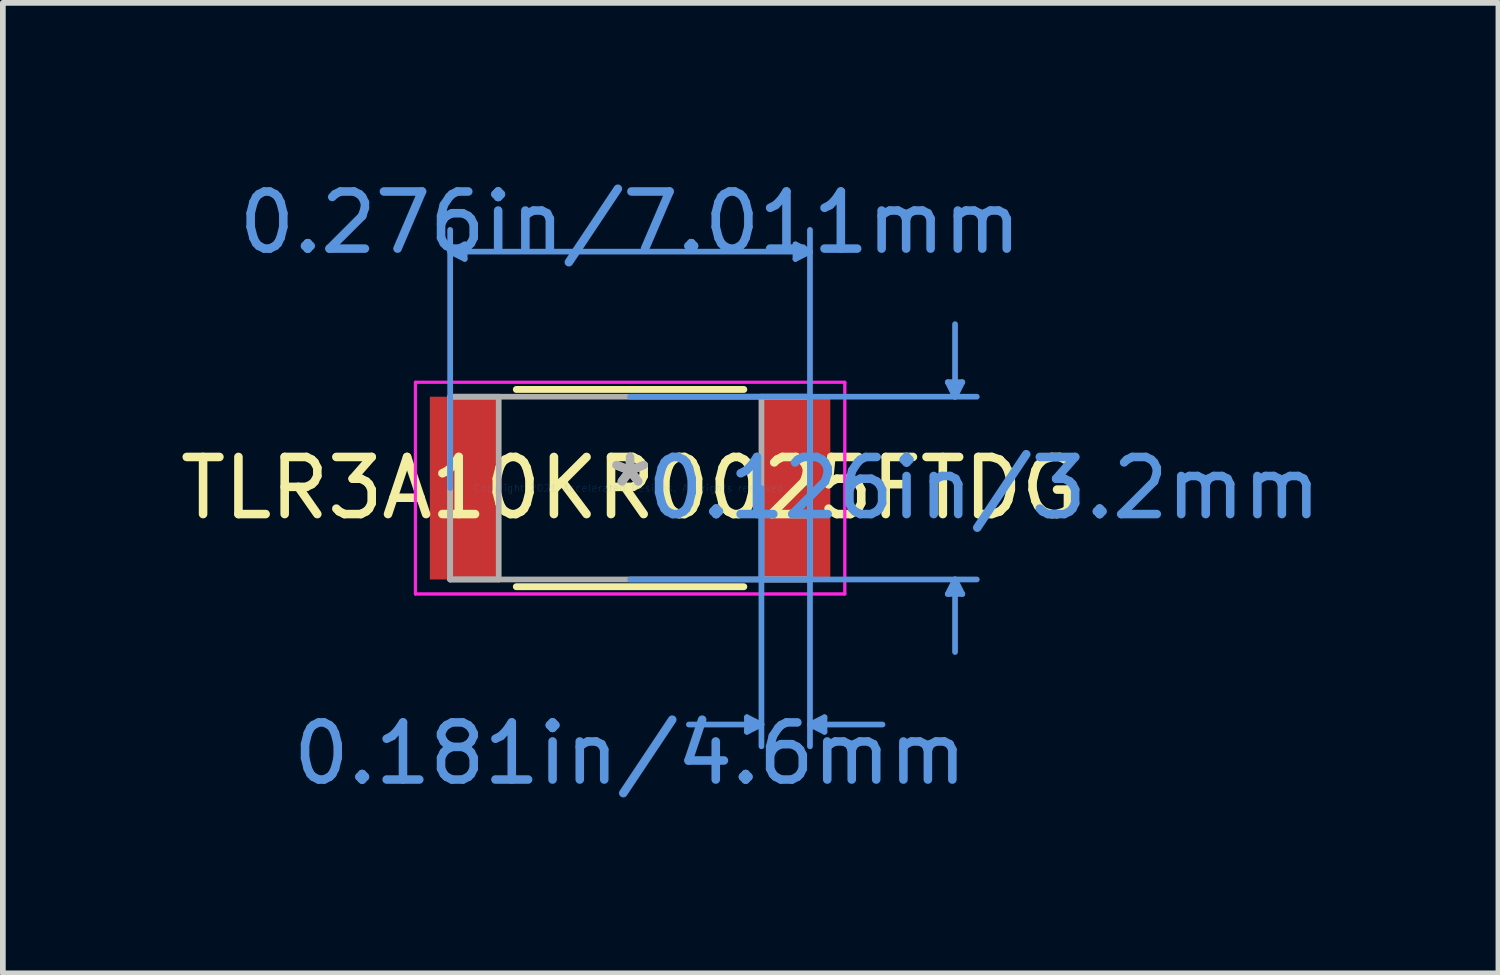
<source format=kicad_pcb>
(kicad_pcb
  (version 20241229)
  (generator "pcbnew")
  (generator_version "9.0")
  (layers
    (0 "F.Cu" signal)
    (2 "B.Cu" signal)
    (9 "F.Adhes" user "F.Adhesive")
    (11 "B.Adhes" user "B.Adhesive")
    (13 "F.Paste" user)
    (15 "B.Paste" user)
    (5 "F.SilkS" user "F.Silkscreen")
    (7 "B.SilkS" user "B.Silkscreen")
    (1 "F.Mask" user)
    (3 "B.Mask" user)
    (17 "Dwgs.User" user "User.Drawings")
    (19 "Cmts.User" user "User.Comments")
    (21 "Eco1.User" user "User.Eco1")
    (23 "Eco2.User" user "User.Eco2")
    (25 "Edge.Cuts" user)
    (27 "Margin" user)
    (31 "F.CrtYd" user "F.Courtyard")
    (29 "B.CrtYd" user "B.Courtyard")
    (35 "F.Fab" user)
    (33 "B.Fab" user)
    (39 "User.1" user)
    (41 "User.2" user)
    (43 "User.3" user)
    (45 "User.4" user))
  (footprint "TLR3A10KR0025FTDG"
    (layer "F.Cu")
    (at 7.982 5.496)
    (property "Reference" "TLR3A10KR0025FTDG" (at 0 0 0) (layer "F.SilkS") (effects (font (size 1 1) (thickness 0.15))))
    (attr through_hole)
    (fp_line (start -1.992 1.727) (end 1.992 1.727) (stroke (width 0.12) (type solid)) (layer "F.SilkS"))
    (fp_line (start 1.992 -1.727) (end -1.992 -1.727) (stroke (width 0.12) (type solid)) (layer "F.SilkS"))
    (fp_line (start -3.15 -4.14) (end -2.896 -4.267) (stroke (width 0.1) (type solid)) (layer "Cmts.User"))
    (fp_line (start -3.15 -4.14) (end -2.896 -4.013) (stroke (width 0.1) (type solid)) (layer "Cmts.User"))
    (fp_line (start -3.15 -4.14) (end 3.15 -4.14) (stroke (width 0.1) (type solid)) (layer "Cmts.User"))
    (fp_line (start -3.15 0) (end -3.15 -4.521) (stroke (width 0.1) (type solid)) (layer "Cmts.User"))
    (fp_line (start -2.896 -4.267) (end -2.896 -4.013) (stroke (width 0.1) (type solid)) (layer "Cmts.User"))
    (fp_line (start 0 -1.6) (end 6.071 -1.6) (stroke (width 0.1) (type solid)) (layer "Cmts.User"))
    (fp_line (start 0 1.6) (end 6.071 1.6) (stroke (width 0.1) (type solid)) (layer "Cmts.User"))
    (fp_line (start 2.046 4.013) (end 2.046 4.267) (stroke (width 0.1) (type solid)) (layer "Cmts.User"))
    (fp_line (start 2.3 0) (end 2.3 4.521) (stroke (width 0.1) (type solid)) (layer "Cmts.User"))
    (fp_line (start 2.3 4.14) (end 1.03 4.14) (stroke (width 0.1) (type solid)) (layer "Cmts.User"))
    (fp_line (start 2.3 4.14) (end 2.046 4.013) (stroke (width 0.1) (type solid)) (layer "Cmts.User"))
    (fp_line (start 2.3 4.14) (end 2.046 4.267) (stroke (width 0.1) (type solid)) (layer "Cmts.User"))
    (fp_line (start 2.896 -4.267) (end 2.896 -4.013) (stroke (width 0.1) (type solid)) (layer "Cmts.User"))
    (fp_line (start 3.15 -4.14) (end 2.896 -4.267) (stroke (width 0.1) (type solid)) (layer "Cmts.User"))
    (fp_line (start 3.15 -4.14) (end 2.896 -4.013) (stroke (width 0.1) (type solid)) (layer "Cmts.User"))
    (fp_line (start 3.15 0) (end 3.15 -4.521) (stroke (width 0.1) (type solid)) (layer "Cmts.User"))
    (fp_line (start 3.15 0) (end 3.15 4.521) (stroke (width 0.1) (type solid)) (layer "Cmts.User"))
    (fp_line (start 3.15 4.14) (end 3.404 4.013) (stroke (width 0.1) (type solid)) (layer "Cmts.User"))
    (fp_line (start 3.15 4.14) (end 3.404 4.267) (stroke (width 0.1) (type solid)) (layer "Cmts.User"))
    (fp_line (start 3.15 4.14) (end 4.42 4.14) (stroke (width 0.1) (type solid)) (layer "Cmts.User"))
    (fp_line (start 3.404 4.013) (end 3.404 4.267) (stroke (width 0.1) (type solid)) (layer "Cmts.User"))
    (fp_line (start 5.563 -1.854) (end 5.817 -1.854) (stroke (width 0.1) (type solid)) (layer "Cmts.User"))
    (fp_line (start 5.563 1.854) (end 5.817 1.854) (stroke (width 0.1) (type solid)) (layer "Cmts.User"))
    (fp_line (start 5.69 -1.6) (end 5.563 -1.854) (stroke (width 0.1) (type solid)) (layer "Cmts.User"))
    (fp_line (start 5.69 -1.6) (end 5.69 -2.87) (stroke (width 0.1) (type solid)) (layer "Cmts.User"))
    (fp_line (start 5.69 -1.6) (end 5.817 -1.854) (stroke (width 0.1) (type solid)) (layer "Cmts.User"))
    (fp_line (start 5.69 1.6) (end 5.563 1.854) (stroke (width 0.1) (type solid)) (layer "Cmts.User"))
    (fp_line (start 5.69 1.6) (end 5.69 2.87) (stroke (width 0.1) (type solid)) (layer "Cmts.User"))
    (fp_line (start 5.69 1.6) (end 5.817 1.854) (stroke (width 0.1) (type solid)) (layer "Cmts.User"))
    (fp_line (start -3.76 -1.854) (end 3.76 -1.854) (stroke (width 0.05) (type solid)) (layer "F.CrtYd"))
    (fp_line (start -3.76 -1.854) (end 3.76 -1.854) (stroke (width 0.05) (type solid)) (layer "F.CrtYd"))
    (fp_line (start -3.76 1.854) (end -3.76 -1.854) (stroke (width 0.05) (type solid)) (layer "F.CrtYd"))
    (fp_line (start -3.76 1.854) (end -3.76 -1.854) (stroke (width 0.05) (type solid)) (layer "F.CrtYd"))
    (fp_line (start 3.76 -1.854) (end 3.76 1.854) (stroke (width 0.05) (type solid)) (layer "F.CrtYd"))
    (fp_line (start 3.76 -1.854) (end 3.76 1.854) (stroke (width 0.05) (type solid)) (layer "F.CrtYd"))
    (fp_line (start 3.76 1.854) (end -3.76 1.854) (stroke (width 0.05) (type solid)) (layer "F.CrtYd"))
    (fp_line (start 3.76 1.854) (end -3.76 1.854) (stroke (width 0.05) (type solid)) (layer "F.CrtYd"))
    (fp_line (start -3.15 -1.6) (end -3.15 1.6) (stroke (width 0.1) (type solid)) (layer "F.Fab"))
    (fp_line (start -3.15 -1.6) (end -3.15 1.6) (stroke (width 0.1) (type solid)) (layer "F.Fab"))
    (fp_line (start -3.15 1.6) (end -2.3 1.6) (stroke (width 0.1) (type solid)) (layer "F.Fab"))
    (fp_line (start -3.15 1.6) (end 3.15 1.6) (stroke (width 0.1) (type solid)) (layer "F.Fab"))
    (fp_line (start -2.3 -1.6) (end -3.15 -1.6) (stroke (width 0.1) (type solid)) (layer "F.Fab"))
    (fp_line (start -2.3 1.6) (end -2.3 -1.6) (stroke (width 0.1) (type solid)) (layer "F.Fab"))
    (fp_line (start 2.3 -1.6) (end 2.3 1.6) (stroke (width 0.1) (type solid)) (layer "F.Fab"))
    (fp_line (start 2.3 1.6) (end 3.15 1.6) (stroke (width 0.1) (type solid)) (layer "F.Fab"))
    (fp_line (start 3.15 -1.6) (end -3.15 -1.6) (stroke (width 0.1) (type solid)) (layer "F.Fab"))
    (fp_line (start 3.15 -1.6) (end 2.3 -1.6) (stroke (width 0.1) (type solid)) (layer "F.Fab"))
    (fp_line (start 3.15 1.6) (end 3.15 -1.6) (stroke (width 0.1) (type solid)) (layer "F.Fab"))
    (fp_line (start 3.15 1.6) (end 3.15 -1.6) (stroke (width 0.1) (type solid)) (layer "F.Fab"))
    (fp_text user "*" (at 0 0 0) (layer "F.SilkS") (effects (font (size 1 1) (thickness 0.15))))
    (fp_text user "0.126in/3.2mm" (at 6.198 0 0) (layer "Cmts.User") (effects (font (size 1 1) (thickness 0.15))))
    (fp_text user "0.181in/4.6mm" (at 0 4.648 0) (layer "Cmts.User") (effects (font (size 1 1) (thickness 0.15))))
    (fp_text user "Copyright 2021 Accelerated Designs. All rights reserved." (at 0 0 0) (layer "Cmts.User") (effects (font (size 0.127 0.127) (thickness 0.002))))
    (fp_text user "0.276in/7.011mm" (at 0 -4.648 0) (layer "Cmts.User") (effects (font (size 1 1) (thickness 0.15))))
    (fp_text user "*" (at 0 0 0) (layer "F.Fab") (effects (font (size 1 1) (thickness 0.15))))
    (pad "1" smd rect (at -2.903 0) (size 1.206 3.2) (layers "F.Cu" "F.Mask" "F.Paste"))
    (pad "2" smd rect (at 2.903 0) (size 1.206 3.2) (layers "F.Cu" "F.Mask" "F.Paste")))
  (gr_rect
    (start -3 -3)
    (end 23.186 13.992)
    (stroke (width 0.1) (type default))
    (fill no)
    (layer "Edge.Cuts")))
</source>
